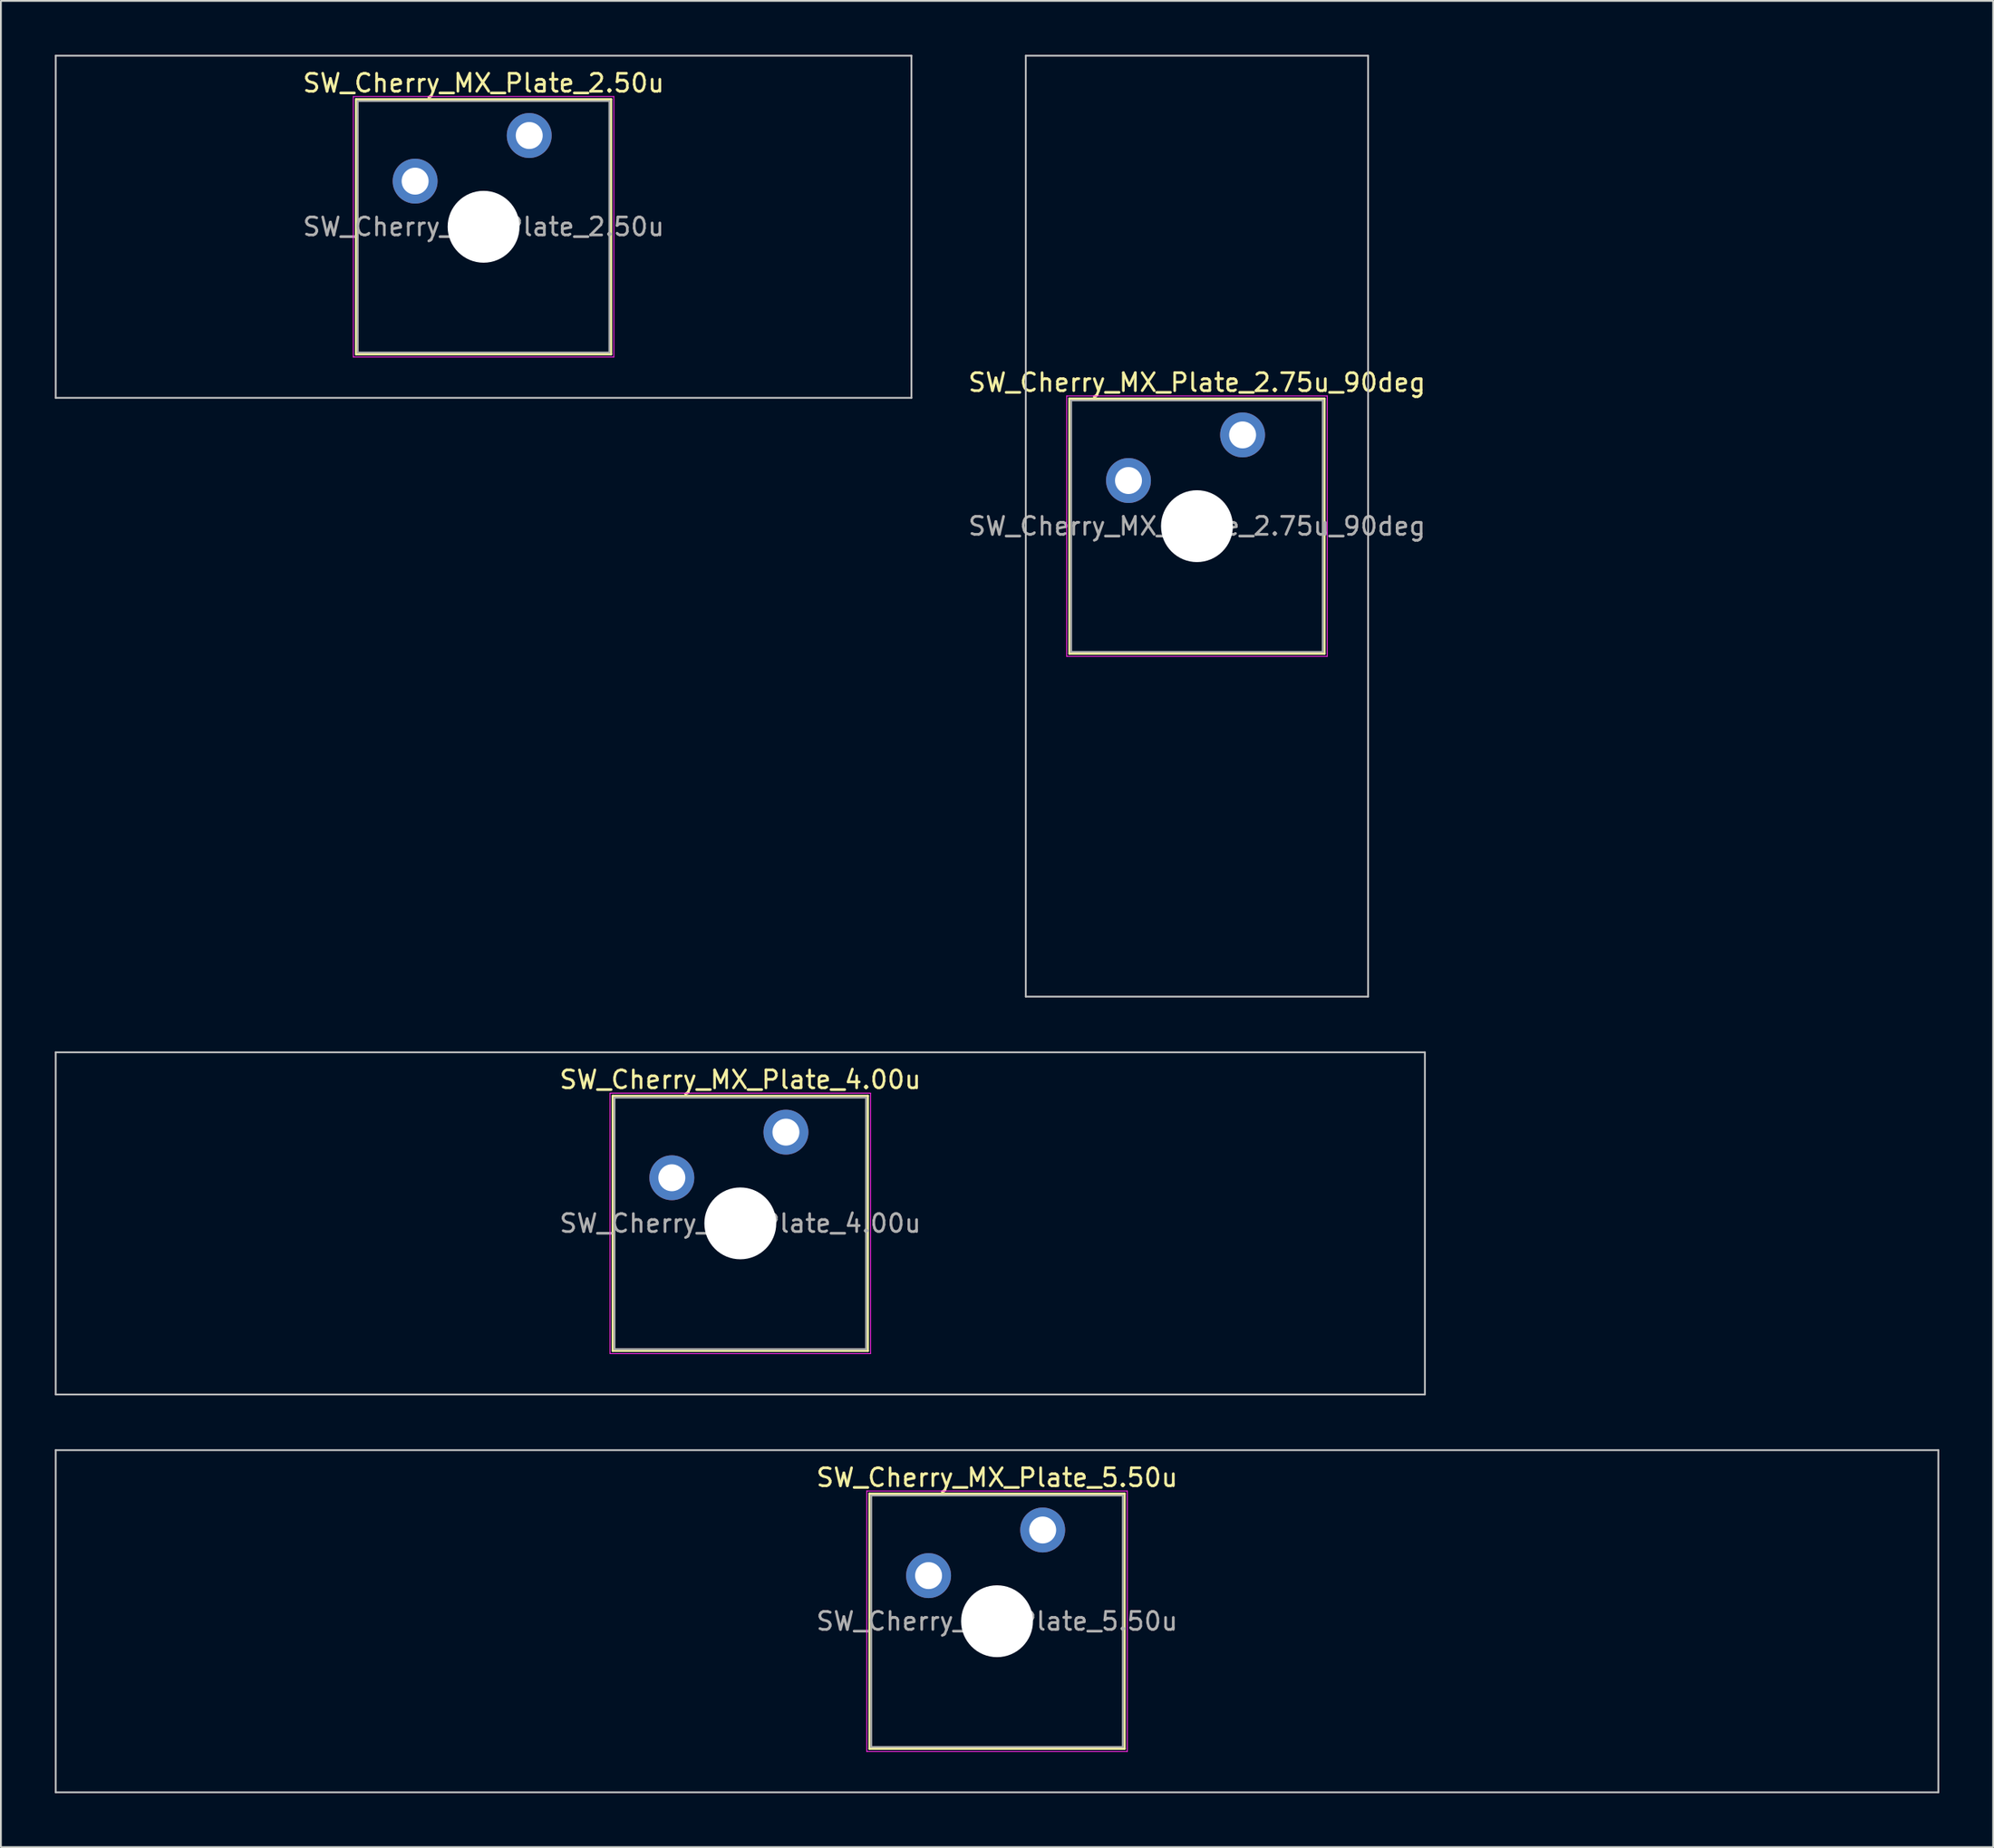
<source format=kicad_pcb>
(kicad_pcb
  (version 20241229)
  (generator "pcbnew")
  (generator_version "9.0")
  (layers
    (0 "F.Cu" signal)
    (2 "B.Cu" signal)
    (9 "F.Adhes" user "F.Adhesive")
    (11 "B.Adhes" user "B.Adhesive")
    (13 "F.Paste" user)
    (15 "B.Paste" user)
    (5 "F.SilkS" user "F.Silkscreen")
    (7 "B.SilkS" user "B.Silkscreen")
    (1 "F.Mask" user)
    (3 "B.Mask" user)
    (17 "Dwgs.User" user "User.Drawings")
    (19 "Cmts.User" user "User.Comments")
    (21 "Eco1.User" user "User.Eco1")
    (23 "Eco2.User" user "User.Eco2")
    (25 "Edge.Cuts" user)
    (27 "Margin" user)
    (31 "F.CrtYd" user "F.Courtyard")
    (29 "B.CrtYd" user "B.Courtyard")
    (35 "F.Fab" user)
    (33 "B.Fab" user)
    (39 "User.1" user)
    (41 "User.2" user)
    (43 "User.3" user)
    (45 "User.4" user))
  (footprint "SW_Cherry_MX_Plate_4.00u"
    (layer "F.Cu")
    (at 38.15 65.062)
    (property "Reference" "SW_Cherry_MX_Plate_4.00u" (at 0 -8 0) (layer "F.SilkS") (effects (font (size 1 1) (thickness 0.15))))
    (attr through_hole)
    (fp_line (start -7.1 -7.1) (end -7.1 7.1) (stroke (width 0.12) (type solid)) (layer "F.SilkS"))
    (fp_line (start -7.1 7.1) (end 7.1 7.1) (stroke (width 0.12) (type solid)) (layer "F.SilkS"))
    (fp_line (start 7.1 -7.1) (end -7.1 -7.1) (stroke (width 0.12) (type solid)) (layer "F.SilkS"))
    (fp_line (start 7.1 7.1) (end 7.1 -7.1) (stroke (width 0.12) (type solid)) (layer "F.SilkS"))
    (fp_line (start -38.1 -9.525) (end -38.1 9.525) (stroke (width 0.1) (type solid)) (layer "Dwgs.User"))
    (fp_line (start -38.1 9.525) (end 38.1 9.525) (stroke (width 0.1) (type solid)) (layer "Dwgs.User"))
    (fp_line (start 38.1 -9.525) (end -38.1 -9.525) (stroke (width 0.1) (type solid)) (layer "Dwgs.User"))
    (fp_line (start 38.1 9.525) (end 38.1 -9.525) (stroke (width 0.1) (type solid)) (layer "Dwgs.User"))
    (fp_line (start -7 -7) (end -7 7) (stroke (width 0.1) (type solid)) (layer "Eco1.User"))
    (fp_line (start -7 7) (end 7 7) (stroke (width 0.1) (type solid)) (layer "Eco1.User"))
    (fp_line (start 7 -7) (end -7 -7) (stroke (width 0.1) (type solid)) (layer "Eco1.User"))
    (fp_line (start 7 7) (end 7 -7) (stroke (width 0.1) (type solid)) (layer "Eco1.User"))
    (fp_line (start -7.25 -7.25) (end -7.25 7.25) (stroke (width 0.05) (type solid)) (layer "F.CrtYd"))
    (fp_line (start -7.25 7.25) (end 7.25 7.25) (stroke (width 0.05) (type solid)) (layer "F.CrtYd"))
    (fp_line (start 7.25 -7.25) (end -7.25 -7.25) (stroke (width 0.05) (type solid)) (layer "F.CrtYd"))
    (fp_line (start 7.25 7.25) (end 7.25 -7.25) (stroke (width 0.05) (type solid)) (layer "F.CrtYd"))
    (fp_line (start -7 -7) (end -7 7) (stroke (width 0.1) (type solid)) (layer "F.Fab"))
    (fp_line (start -7 7) (end 7 7) (stroke (width 0.1) (type solid)) (layer "F.Fab"))
    (fp_line (start 7 -7) (end -7 -7) (stroke (width 0.1) (type solid)) (layer "F.Fab"))
    (fp_line (start 7 7) (end 7 -7) (stroke (width 0.1) (type solid)) (layer "F.Fab"))
    (fp_text user "${REFERENCE}" (at 0 0 0) (layer "F.Fab") (effects (font (size 1 1) (thickness 0.15))))
    (pad "" smd circle (at -3.81 -2.54) (size 1.55 1.55) (layers "F.Mask"))
    (pad "" np_thru_hole circle (at 0 0) (size 4 4) (drill 4) (layers "*.Cu" "*.Mask"))
    (pad "" smd circle (at 2.54 -5.08) (size 1.55 1.55) (layers "F.Mask"))
    (pad "1" thru_hole circle (at -3.81 -2.54) (size 2.5 2.5) (drill 1.5) (layers "*.Cu" "B.Mask"))
    (pad "2" thru_hole circle (at 2.54 -5.08) (size 2.5 2.5) (drill 1.5) (layers "*.Cu" "B.Mask")))
  (footprint "SW_Cherry_MX_Plate_5.50u"
    (layer "F.Cu")
    (at 52.438 87.213)
    (property "Reference" "SW_Cherry_MX_Plate_5.50u" (at 0 -8 0) (layer "F.SilkS") (effects (font (size 1 1) (thickness 0.15))))
    (attr through_hole)
    (fp_line (start -7.1 -7.1) (end -7.1 7.1) (stroke (width 0.12) (type solid)) (layer "F.SilkS"))
    (fp_line (start -7.1 7.1) (end 7.1 7.1) (stroke (width 0.12) (type solid)) (layer "F.SilkS"))
    (fp_line (start 7.1 -7.1) (end -7.1 -7.1) (stroke (width 0.12) (type solid)) (layer "F.SilkS"))
    (fp_line (start 7.1 7.1) (end 7.1 -7.1) (stroke (width 0.12) (type solid)) (layer "F.SilkS"))
    (fp_line (start -52.388 -9.525) (end -52.388 9.525) (stroke (width 0.1) (type solid)) (layer "Dwgs.User"))
    (fp_line (start -52.388 9.525) (end 52.388 9.525) (stroke (width 0.1) (type solid)) (layer "Dwgs.User"))
    (fp_line (start 52.388 -9.525) (end -52.388 -9.525) (stroke (width 0.1) (type solid)) (layer "Dwgs.User"))
    (fp_line (start 52.388 9.525) (end 52.388 -9.525) (stroke (width 0.1) (type solid)) (layer "Dwgs.User"))
    (fp_line (start -7 -7) (end -7 7) (stroke (width 0.1) (type solid)) (layer "Eco1.User"))
    (fp_line (start -7 7) (end 7 7) (stroke (width 0.1) (type solid)) (layer "Eco1.User"))
    (fp_line (start 7 -7) (end -7 -7) (stroke (width 0.1) (type solid)) (layer "Eco1.User"))
    (fp_line (start 7 7) (end 7 -7) (stroke (width 0.1) (type solid)) (layer "Eco1.User"))
    (fp_line (start -7.25 -7.25) (end -7.25 7.25) (stroke (width 0.05) (type solid)) (layer "F.CrtYd"))
    (fp_line (start -7.25 7.25) (end 7.25 7.25) (stroke (width 0.05) (type solid)) (layer "F.CrtYd"))
    (fp_line (start 7.25 -7.25) (end -7.25 -7.25) (stroke (width 0.05) (type solid)) (layer "F.CrtYd"))
    (fp_line (start 7.25 7.25) (end 7.25 -7.25) (stroke (width 0.05) (type solid)) (layer "F.CrtYd"))
    (fp_line (start -7 -7) (end -7 7) (stroke (width 0.1) (type solid)) (layer "F.Fab"))
    (fp_line (start -7 7) (end 7 7) (stroke (width 0.1) (type solid)) (layer "F.Fab"))
    (fp_line (start 7 -7) (end -7 -7) (stroke (width 0.1) (type solid)) (layer "F.Fab"))
    (fp_line (start 7 7) (end 7 -7) (stroke (width 0.1) (type solid)) (layer "F.Fab"))
    (fp_text user "${REFERENCE}" (at 0 0 0) (layer "F.Fab") (effects (font (size 1 1) (thickness 0.15))))
    (pad "" smd circle (at -3.81 -2.54) (size 1.55 1.55) (layers "F.Mask"))
    (pad "" np_thru_hole circle (at 0 0) (size 4 4) (drill 4) (layers "*.Cu" "*.Mask"))
    (pad "" smd circle (at 2.54 -5.08) (size 1.55 1.55) (layers "F.Mask"))
    (pad "1" thru_hole circle (at -3.81 -2.54) (size 2.5 2.5) (drill 1.5) (layers "*.Cu" "B.Mask"))
    (pad "2" thru_hole circle (at 2.54 -5.08) (size 2.5 2.5) (drill 1.5) (layers "*.Cu" "B.Mask")))
  (footprint "SW_Cherry_MX_Plate_2.75u_90deg"
    (layer "F.Cu")
    (at 63.564 26.244)
    (property "Reference" "SW_Cherry_MX_Plate_2.75u_90deg" (at 0 -8 0) (layer "F.SilkS") (effects (font (size 1 1) (thickness 0.15))))
    (attr through_hole)
    (fp_line (start -7.1 -7.1) (end -7.1 7.1) (stroke (width 0.12) (type solid)) (layer "F.SilkS"))
    (fp_line (start -7.1 7.1) (end 7.1 7.1) (stroke (width 0.12) (type solid)) (layer "F.SilkS"))
    (fp_line (start 7.1 -7.1) (end -7.1 -7.1) (stroke (width 0.12) (type solid)) (layer "F.SilkS"))
    (fp_line (start 7.1 7.1) (end 7.1 -7.1) (stroke (width 0.12) (type solid)) (layer "F.SilkS"))
    (fp_line (start -9.525 -26.194) (end 9.525 -26.194) (stroke (width 0.1) (type solid)) (layer "Dwgs.User"))
    (fp_line (start -9.525 26.194) (end -9.525 -26.194) (stroke (width 0.1) (type solid)) (layer "Dwgs.User"))
    (fp_line (start 9.525 -26.194) (end 9.525 26.194) (stroke (width 0.1) (type solid)) (layer "Dwgs.User"))
    (fp_line (start 9.525 26.194) (end -9.525 26.194) (stroke (width 0.1) (type solid)) (layer "Dwgs.User"))
    (fp_line (start -7 -7) (end -7 7) (stroke (width 0.1) (type solid)) (layer "Eco1.User"))
    (fp_line (start -7 7) (end 7 7) (stroke (width 0.1) (type solid)) (layer "Eco1.User"))
    (fp_line (start 7 -7) (end -7 -7) (stroke (width 0.1) (type solid)) (layer "Eco1.User"))
    (fp_line (start 7 7) (end 7 -7) (stroke (width 0.1) (type solid)) (layer "Eco1.User"))
    (fp_line (start -7.25 -7.25) (end -7.25 7.25) (stroke (width 0.05) (type solid)) (layer "F.CrtYd"))
    (fp_line (start -7.25 7.25) (end 7.25 7.25) (stroke (width 0.05) (type solid)) (layer "F.CrtYd"))
    (fp_line (start 7.25 -7.25) (end -7.25 -7.25) (stroke (width 0.05) (type solid)) (layer "F.CrtYd"))
    (fp_line (start 7.25 7.25) (end 7.25 -7.25) (stroke (width 0.05) (type solid)) (layer "F.CrtYd"))
    (fp_line (start -7 -7) (end -7 7) (stroke (width 0.1) (type solid)) (layer "F.Fab"))
    (fp_line (start -7 7) (end 7 7) (stroke (width 0.1) (type solid)) (layer "F.Fab"))
    (fp_line (start 7 -7) (end -7 -7) (stroke (width 0.1) (type solid)) (layer "F.Fab"))
    (fp_line (start 7 7) (end 7 -7) (stroke (width 0.1) (type solid)) (layer "F.Fab"))
    (fp_text user "${REFERENCE}" (at 0 0 0) (layer "F.Fab") (effects (font (size 1 1) (thickness 0.15))))
    (pad "" smd circle (at -3.81 -2.54) (size 1.55 1.55) (layers "F.Mask"))
    (pad "" np_thru_hole circle (at 0 0) (size 4 4) (drill 4) (layers "*.Cu" "*.Mask"))
    (pad "" smd circle (at 2.54 -5.08) (size 1.55 1.55) (layers "F.Mask"))
    (pad "1" thru_hole circle (at -3.81 -2.54) (size 2.5 2.5) (drill 1.5) (layers "*.Cu" "B.Mask"))
    (pad "2" thru_hole circle (at 2.54 -5.08) (size 2.5 2.5) (drill 1.5) (layers "*.Cu" "B.Mask")))
  (footprint "SW_Cherry_MX_Plate_2.50u"
    (layer "F.Cu")
    (at 23.863 9.575)
    (property "Reference" "SW_Cherry_MX_Plate_2.50u" (at 0 -8 0) (layer "F.SilkS") (effects (font (size 1 1) (thickness 0.15))))
    (attr through_hole)
    (fp_line (start -7.1 -7.1) (end -7.1 7.1) (stroke (width 0.12) (type solid)) (layer "F.SilkS"))
    (fp_line (start -7.1 7.1) (end 7.1 7.1) (stroke (width 0.12) (type solid)) (layer "F.SilkS"))
    (fp_line (start 7.1 -7.1) (end -7.1 -7.1) (stroke (width 0.12) (type solid)) (layer "F.SilkS"))
    (fp_line (start 7.1 7.1) (end 7.1 -7.1) (stroke (width 0.12) (type solid)) (layer "F.SilkS"))
    (fp_line (start -23.812 -9.525) (end -23.812 9.525) (stroke (width 0.1) (type solid)) (layer "Dwgs.User"))
    (fp_line (start -23.812 9.525) (end 23.812 9.525) (stroke (width 0.1) (type solid)) (layer "Dwgs.User"))
    (fp_line (start 23.812 -9.525) (end -23.812 -9.525) (stroke (width 0.1) (type solid)) (layer "Dwgs.User"))
    (fp_line (start 23.812 9.525) (end 23.812 -9.525) (stroke (width 0.1) (type solid)) (layer "Dwgs.User"))
    (fp_line (start -7 -7) (end -7 7) (stroke (width 0.1) (type solid)) (layer "Eco1.User"))
    (fp_line (start -7 7) (end 7 7) (stroke (width 0.1) (type solid)) (layer "Eco1.User"))
    (fp_line (start 7 -7) (end -7 -7) (stroke (width 0.1) (type solid)) (layer "Eco1.User"))
    (fp_line (start 7 7) (end 7 -7) (stroke (width 0.1) (type solid)) (layer "Eco1.User"))
    (fp_line (start -7.25 -7.25) (end -7.25 7.25) (stroke (width 0.05) (type solid)) (layer "F.CrtYd"))
    (fp_line (start -7.25 7.25) (end 7.25 7.25) (stroke (width 0.05) (type solid)) (layer "F.CrtYd"))
    (fp_line (start 7.25 -7.25) (end -7.25 -7.25) (stroke (width 0.05) (type solid)) (layer "F.CrtYd"))
    (fp_line (start 7.25 7.25) (end 7.25 -7.25) (stroke (width 0.05) (type solid)) (layer "F.CrtYd"))
    (fp_line (start -7 -7) (end -7 7) (stroke (width 0.1) (type solid)) (layer "F.Fab"))
    (fp_line (start -7 7) (end 7 7) (stroke (width 0.1) (type solid)) (layer "F.Fab"))
    (fp_line (start 7 -7) (end -7 -7) (stroke (width 0.1) (type solid)) (layer "F.Fab"))
    (fp_line (start 7 7) (end 7 -7) (stroke (width 0.1) (type solid)) (layer "F.Fab"))
    (fp_text user "${REFERENCE}" (at 0 0 0) (layer "F.Fab") (effects (font (size 1 1) (thickness 0.15))))
    (pad "" smd circle (at -3.81 -2.54) (size 1.55 1.55) (layers "F.Mask"))
    (pad "" np_thru_hole circle (at 0 0) (size 4 4) (drill 4) (layers "*.Cu" "*.Mask"))
    (pad "" smd circle (at 2.54 -5.08) (size 1.55 1.55) (layers "F.Mask"))
    (pad "1" thru_hole circle (at -3.81 -2.54) (size 2.5 2.5) (drill 1.5) (layers "*.Cu" "B.Mask"))
    (pad "2" thru_hole circle (at 2.54 -5.08) (size 2.5 2.5) (drill 1.5) (layers "*.Cu" "B.Mask")))
  (gr_rect
    (start -3 -3)
    (end 107.875 99.787)
    (stroke (width 0.1) (type default))
    (fill no)
    (layer "Edge.Cuts")))
</source>
